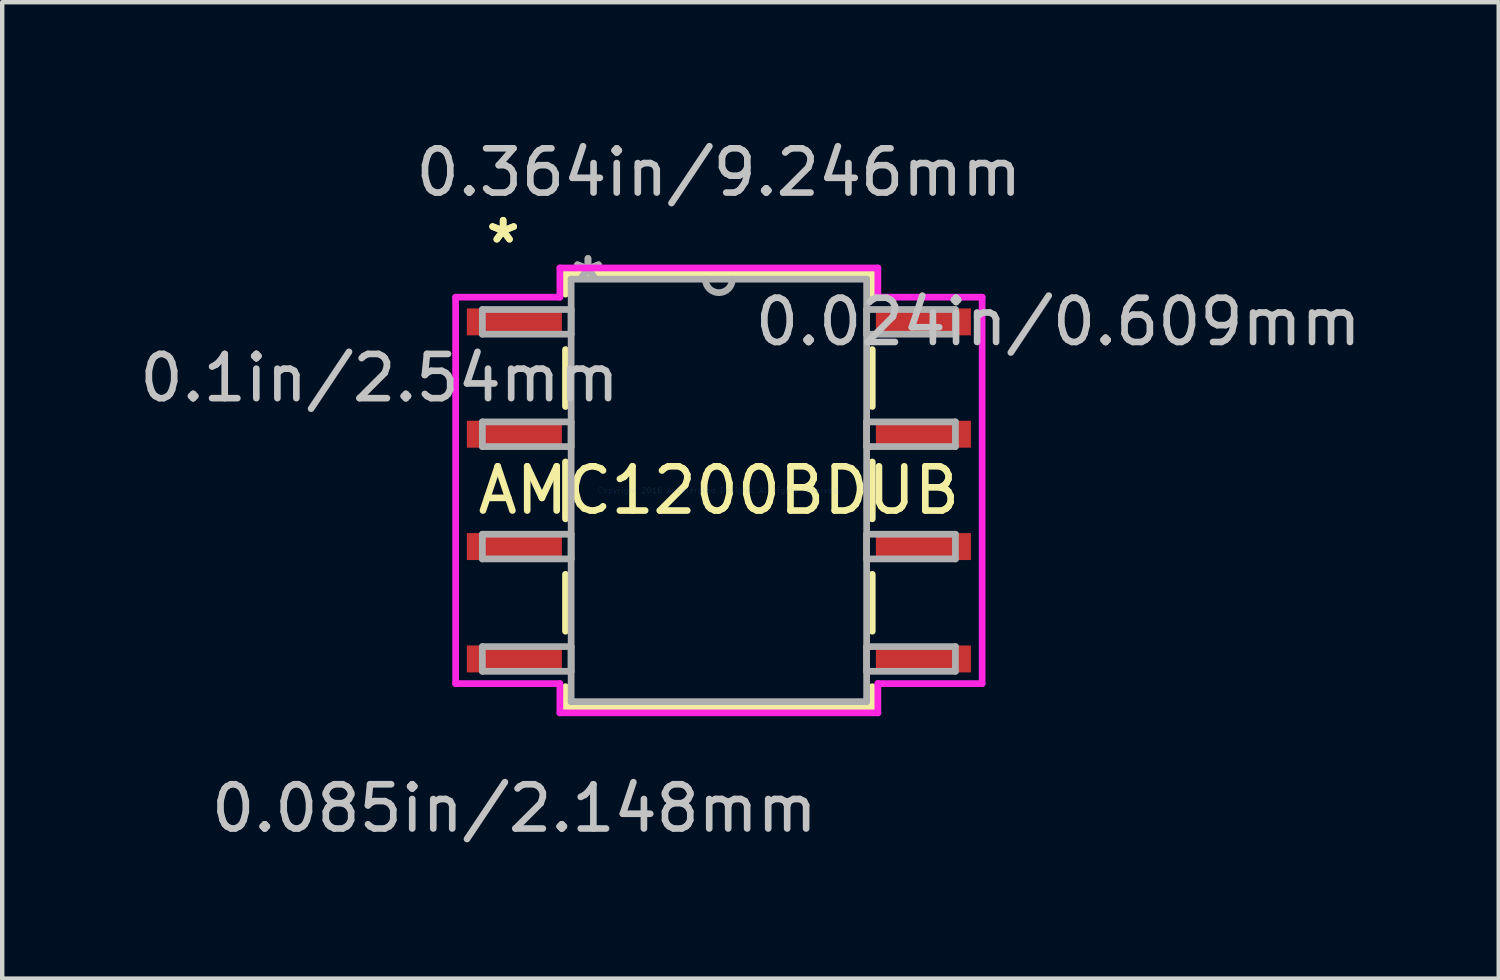
<source format=kicad_pcb>
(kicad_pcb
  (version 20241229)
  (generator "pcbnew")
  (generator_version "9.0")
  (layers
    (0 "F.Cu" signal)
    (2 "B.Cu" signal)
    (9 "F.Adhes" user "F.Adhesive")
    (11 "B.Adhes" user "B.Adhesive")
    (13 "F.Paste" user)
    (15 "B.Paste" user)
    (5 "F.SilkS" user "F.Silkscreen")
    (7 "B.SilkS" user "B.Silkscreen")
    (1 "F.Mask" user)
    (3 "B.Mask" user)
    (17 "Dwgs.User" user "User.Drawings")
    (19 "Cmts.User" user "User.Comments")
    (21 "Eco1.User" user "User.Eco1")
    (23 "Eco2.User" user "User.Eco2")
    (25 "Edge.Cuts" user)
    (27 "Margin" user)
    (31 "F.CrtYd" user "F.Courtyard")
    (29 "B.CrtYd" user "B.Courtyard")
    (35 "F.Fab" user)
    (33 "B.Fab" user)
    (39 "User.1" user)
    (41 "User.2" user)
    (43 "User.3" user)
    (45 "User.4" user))
  (footprint "AMC1200BDUB"
    (layer "F.Cu")
    (at 13.201 8.036)
    (property "Reference" "AMC1200BDUB" (at 0 0 0) (layer "F.SilkS") (effects (font (size 1 1) (thickness 0.15))))
    (attr through_hole)
    (fp_line (start -3.467 -4.902) (end -3.467 -4.437) (stroke (width 0.152) (type solid)) (layer "F.SilkS"))
    (fp_line (start -3.467 -3.183) (end -3.467 -1.897) (stroke (width 0.152) (type solid)) (layer "F.SilkS"))
    (fp_line (start -3.467 -0.643) (end -3.467 0.643) (stroke (width 0.152) (type solid)) (layer "F.SilkS"))
    (fp_line (start -3.467 1.897) (end -3.467 3.183) (stroke (width 0.152) (type solid)) (layer "F.SilkS"))
    (fp_line (start -3.467 4.437) (end -3.467 4.902) (stroke (width 0.152) (type solid)) (layer "F.SilkS"))
    (fp_line (start -3.467 4.902) (end 3.467 4.902) (stroke (width 0.152) (type solid)) (layer "F.SilkS"))
    (fp_line (start 3.467 -4.902) (end -3.467 -4.902) (stroke (width 0.152) (type solid)) (layer "F.SilkS"))
    (fp_line (start 3.467 -4.437) (end 3.467 -4.902) (stroke (width 0.152) (type solid)) (layer "F.SilkS"))
    (fp_line (start 3.467 -1.897) (end 3.467 -3.183) (stroke (width 0.152) (type solid)) (layer "F.SilkS"))
    (fp_line (start 3.467 0.643) (end 3.467 -0.643) (stroke (width 0.152) (type solid)) (layer "F.SilkS"))
    (fp_line (start 3.467 3.183) (end 3.467 1.897) (stroke (width 0.152) (type solid)) (layer "F.SilkS"))
    (fp_line (start 3.467 4.902) (end 3.467 4.437) (stroke (width 0.152) (type solid)) (layer "F.SilkS"))
    (fp_line (start -5.951 -4.368) (end -3.594 -4.368) (stroke (width 0.152) (type solid)) (layer "F.CrtYd"))
    (fp_line (start -5.951 4.368) (end -5.951 -4.368) (stroke (width 0.152) (type solid)) (layer "F.CrtYd"))
    (fp_line (start -3.594 -5.029) (end 3.594 -5.029) (stroke (width 0.152) (type solid)) (layer "F.CrtYd"))
    (fp_line (start -3.594 -4.368) (end -3.594 -5.029) (stroke (width 0.152) (type solid)) (layer "F.CrtYd"))
    (fp_line (start -3.594 4.368) (end -5.951 4.368) (stroke (width 0.152) (type solid)) (layer "F.CrtYd"))
    (fp_line (start -3.594 5.029) (end -3.594 4.368) (stroke (width 0.152) (type solid)) (layer "F.CrtYd"))
    (fp_line (start 3.594 -5.029) (end 3.594 -4.368) (stroke (width 0.152) (type solid)) (layer "F.CrtYd"))
    (fp_line (start 3.594 -4.368) (end 5.951 -4.368) (stroke (width 0.152) (type solid)) (layer "F.CrtYd"))
    (fp_line (start 3.594 4.368) (end 3.594 5.029) (stroke (width 0.152) (type solid)) (layer "F.CrtYd"))
    (fp_line (start 3.594 5.029) (end -3.594 5.029) (stroke (width 0.152) (type solid)) (layer "F.CrtYd"))
    (fp_line (start 5.951 -4.368) (end 5.951 4.368) (stroke (width 0.152) (type solid)) (layer "F.CrtYd"))
    (fp_line (start 5.951 4.368) (end 3.594 4.368) (stroke (width 0.152) (type solid)) (layer "F.CrtYd"))
    (fp_line (start -5.347 -4.089) (end -5.347 -3.531) (stroke (width 0.152) (type solid)) (layer "F.Fab"))
    (fp_line (start -5.347 -3.531) (end -3.34 -3.531) (stroke (width 0.152) (type solid)) (layer "F.Fab"))
    (fp_line (start -5.347 -1.549) (end -5.347 -0.991) (stroke (width 0.152) (type solid)) (layer "F.Fab"))
    (fp_line (start -5.347 -0.991) (end -3.34 -0.991) (stroke (width 0.152) (type solid)) (layer "F.Fab"))
    (fp_line (start -5.347 0.991) (end -5.347 1.549) (stroke (width 0.152) (type solid)) (layer "F.Fab"))
    (fp_line (start -5.347 1.549) (end -3.34 1.549) (stroke (width 0.152) (type solid)) (layer "F.Fab"))
    (fp_line (start -5.347 3.531) (end -5.347 4.089) (stroke (width 0.152) (type solid)) (layer "F.Fab"))
    (fp_line (start -5.347 4.089) (end -3.34 4.089) (stroke (width 0.152) (type solid)) (layer "F.Fab"))
    (fp_line (start -3.34 -4.775) (end -3.34 4.775) (stroke (width 0.152) (type solid)) (layer "F.Fab"))
    (fp_line (start -3.34 -4.089) (end -5.347 -4.089) (stroke (width 0.152) (type solid)) (layer "F.Fab"))
    (fp_line (start -3.34 -3.531) (end -3.34 -4.089) (stroke (width 0.152) (type solid)) (layer "F.Fab"))
    (fp_line (start -3.34 -1.549) (end -5.347 -1.549) (stroke (width 0.152) (type solid)) (layer "F.Fab"))
    (fp_line (start -3.34 -0.991) (end -3.34 -1.549) (stroke (width 0.152) (type solid)) (layer "F.Fab"))
    (fp_line (start -3.34 0.991) (end -5.347 0.991) (stroke (width 0.152) (type solid)) (layer "F.Fab"))
    (fp_line (start -3.34 1.549) (end -3.34 0.991) (stroke (width 0.152) (type solid)) (layer "F.Fab"))
    (fp_line (start -3.34 3.531) (end -5.347 3.531) (stroke (width 0.152) (type solid)) (layer "F.Fab"))
    (fp_line (start -3.34 4.089) (end -3.34 3.531) (stroke (width 0.152) (type solid)) (layer "F.Fab"))
    (fp_line (start -3.34 4.775) (end 3.34 4.775) (stroke (width 0.152) (type solid)) (layer "F.Fab"))
    (fp_line (start 3.34 -4.775) (end -3.34 -4.775) (stroke (width 0.152) (type solid)) (layer "F.Fab"))
    (fp_line (start 3.34 -4.089) (end 3.34 -3.531) (stroke (width 0.152) (type solid)) (layer "F.Fab"))
    (fp_line (start 3.34 -3.531) (end 5.347 -3.531) (stroke (width 0.152) (type solid)) (layer "F.Fab"))
    (fp_line (start 3.34 -1.549) (end 3.34 -0.991) (stroke (width 0.152) (type solid)) (layer "F.Fab"))
    (fp_line (start 3.34 -0.991) (end 5.347 -0.991) (stroke (width 0.152) (type solid)) (layer "F.Fab"))
    (fp_line (start 3.34 0.991) (end 3.34 1.549) (stroke (width 0.152) (type solid)) (layer "F.Fab"))
    (fp_line (start 3.34 1.549) (end 5.347 1.549) (stroke (width 0.152) (type solid)) (layer "F.Fab"))
    (fp_line (start 3.34 3.531) (end 3.34 4.089) (stroke (width 0.152) (type solid)) (layer "F.Fab"))
    (fp_line (start 3.34 4.089) (end 5.347 4.089) (stroke (width 0.152) (type solid)) (layer "F.Fab"))
    (fp_line (start 3.34 4.775) (end 3.34 -4.775) (stroke (width 0.152) (type solid)) (layer "F.Fab"))
    (fp_line (start 5.347 -4.089) (end 3.34 -4.089) (stroke (width 0.152) (type solid)) (layer "F.Fab"))
    (fp_line (start 5.347 -3.531) (end 5.347 -4.089) (stroke (width 0.152) (type solid)) (layer "F.Fab"))
    (fp_line (start 5.347 -1.549) (end 3.34 -1.549) (stroke (width 0.152) (type solid)) (layer "F.Fab"))
    (fp_line (start 5.347 -0.991) (end 5.347 -1.549) (stroke (width 0.152) (type solid)) (layer "F.Fab"))
    (fp_line (start 5.347 0.991) (end 3.34 0.991) (stroke (width 0.152) (type solid)) (layer "F.Fab"))
    (fp_line (start 5.347 1.549) (end 5.347 0.991) (stroke (width 0.152) (type solid)) (layer "F.Fab"))
    (fp_line (start 5.347 3.531) (end 3.34 3.531) (stroke (width 0.152) (type solid)) (layer "F.Fab"))
    (fp_line (start 5.347 4.089) (end 5.347 3.531) (stroke (width 0.152) (type solid)) (layer "F.Fab"))
    (fp_arc (start 0.3048 -4.7752) (mid 0 -4.4704) (end -0.3048 -4.7752) (stroke (width 0.1524) (type solid)) (layer "F.Fab"))
    (fp_text user "*" (at -4.877 -5.562 0) (layer "F.SilkS") (effects (font (size 1 1) (thickness 0.15))))
    (fp_text user "*" (at -4.877 -5.562 0) (layer "F.SilkS") (effects (font (size 1 1) (thickness 0.15))))
    (fp_text user "0.364in/9.246mm" (at 0 -7.188 0) (layer "Dwgs.User") (effects (font (size 1 1) (thickness 0.15))))
    (fp_text user "0.024in/0.609mm" (at 7.671 -3.81 0) (layer "Dwgs.User") (effects (font (size 1 1) (thickness 0.15))))
    (fp_text user "0.085in/2.148mm" (at -4.623 7.188 0) (layer "Dwgs.User") (effects (font (size 1 1) (thickness 0.15))))
    (fp_text user "0.1in/2.54mm" (at -7.671 -2.54 0) (layer "Dwgs.User") (effects (font (size 1 1) (thickness 0.15))))
    (fp_text user "Copyright 2016 Accelerated Designs. All rights reserved." (at 0 0 0) (layer "Cmts.User") (effects (font (size 0.127 0.127) (thickness 0.002))))
    (fp_text user "*" (at -2.959 -4.699 0) (layer "F.Fab") (effects (font (size 1 1) (thickness 0.15))))
    (fp_text user "*" (at -2.959 -4.699 0) (layer "F.Fab") (effects (font (size 1 1) (thickness 0.15))))
    (pad "1" smd rect (at -4.623 -3.81) (size 2.148 0.609) (layers "F.Cu" "F.Mask" "F.Paste"))
    (pad "2" smd rect (at -4.623 -1.27) (size 2.148 0.609) (layers "F.Cu" "F.Mask" "F.Paste"))
    (pad "3" smd rect (at -4.623 1.27) (size 2.148 0.609) (layers "F.Cu" "F.Mask" "F.Paste"))
    (pad "4" smd rect (at -4.623 3.81) (size 2.148 0.609) (layers "F.Cu" "F.Mask" "F.Paste"))
    (pad "5" smd rect (at 4.623 3.81) (size 2.148 0.609) (layers "F.Cu" "F.Mask" "F.Paste"))
    (pad "6" smd rect (at 4.623 1.27) (size 2.148 0.609) (layers "F.Cu" "F.Mask" "F.Paste"))
    (pad "7" smd rect (at 4.623 -1.27) (size 2.148 0.609) (layers "F.Cu" "F.Mask" "F.Paste"))
    (pad "8" smd rect (at 4.623 -3.81) (size 2.148 0.609) (layers "F.Cu" "F.Mask" "F.Paste")))
  (gr_rect
    (start -3 -3)
    (end 30.83 19.073)
    (stroke (width 0.1) (type default))
    (fill no)
    (layer "Edge.Cuts")))
</source>
